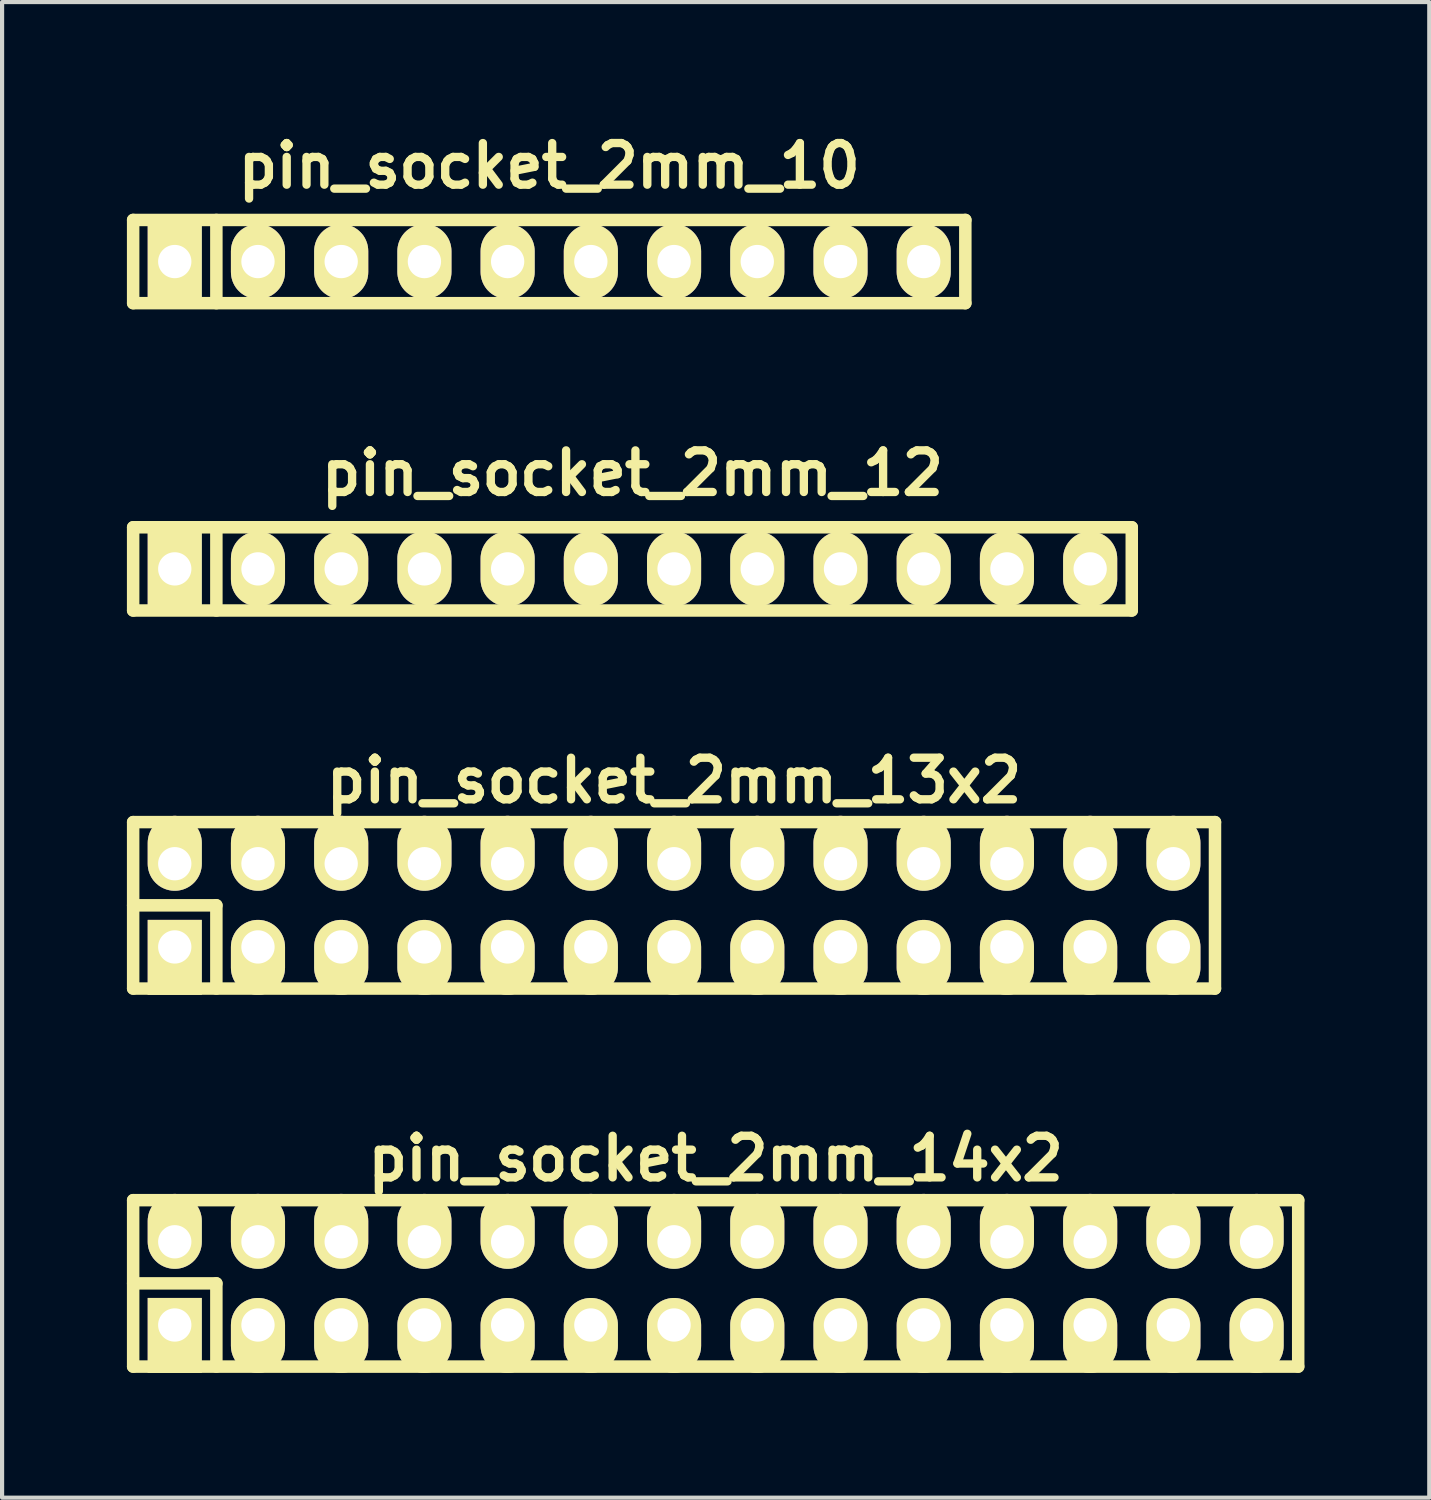
<source format=kicad_pcb>
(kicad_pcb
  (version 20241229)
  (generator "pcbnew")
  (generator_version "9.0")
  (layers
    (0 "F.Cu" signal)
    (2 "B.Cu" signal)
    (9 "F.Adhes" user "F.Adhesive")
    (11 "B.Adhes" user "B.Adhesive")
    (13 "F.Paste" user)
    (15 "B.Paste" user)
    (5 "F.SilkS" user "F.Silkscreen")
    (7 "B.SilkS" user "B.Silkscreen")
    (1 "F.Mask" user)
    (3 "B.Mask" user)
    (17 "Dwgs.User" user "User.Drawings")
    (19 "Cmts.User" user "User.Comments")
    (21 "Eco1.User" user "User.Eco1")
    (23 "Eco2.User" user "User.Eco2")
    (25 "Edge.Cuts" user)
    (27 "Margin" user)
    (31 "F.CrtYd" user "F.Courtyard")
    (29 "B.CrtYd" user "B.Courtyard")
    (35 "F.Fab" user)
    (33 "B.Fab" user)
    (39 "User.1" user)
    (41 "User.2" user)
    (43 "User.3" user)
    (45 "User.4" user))
  (footprint "pin_socket_2mm_12"
    (layer "F.Cu")
    (at 12.15 10.622)
    (property "Reference" "pin_socket_2mm_12" (at 0 -2.3 0) (layer "F.SilkS") (effects (font (size 1 1) (thickness 0.2))))
    (attr through_hole)
    (fp_line (start -12 -1) (end 12 -1) (stroke (width 0.3) (type solid)) (layer "F.SilkS"))
    (fp_line (start -12 1) (end -12 -1) (stroke (width 0.3) (type solid)) (layer "F.SilkS"))
    (fp_line (start -10 -1) (end -10 1) (stroke (width 0.3) (type solid)) (layer "F.SilkS"))
    (fp_line (start 12 -1) (end 12 1) (stroke (width 0.3) (type solid)) (layer "F.SilkS"))
    (fp_line (start 12 1) (end -12 1) (stroke (width 0.3) (type solid)) (layer "F.SilkS"))
    (pad "1" thru_hole rect (at -11 0) (size 1.3 1.8) (drill 0.8) (layers "*.Cu" "*.Mask" "F.SilkS"))
    (pad "2" thru_hole oval (at -9 0) (size 1.3 1.8) (drill 0.8) (layers "*.Cu" "*.Mask" "F.SilkS"))
    (pad "3" thru_hole oval (at -7 0) (size 1.3 1.8) (drill 0.8) (layers "*.Cu" "*.Mask" "F.SilkS"))
    (pad "4" thru_hole oval (at -5 0) (size 1.3 1.8) (drill 0.8) (layers "*.Cu" "*.Mask" "F.SilkS"))
    (pad "5" thru_hole oval (at -3 0) (size 1.3 1.8) (drill 0.8) (layers "*.Cu" "*.Mask" "F.SilkS"))
    (pad "6" thru_hole oval (at -1 0) (size 1.3 1.8) (drill 0.8) (layers "*.Cu" "*.Mask" "F.SilkS"))
    (pad "7" thru_hole oval (at 1 0) (size 1.3 1.8) (drill 0.8) (layers "*.Cu" "*.Mask" "F.SilkS"))
    (pad "8" thru_hole oval (at 3 0) (size 1.3 1.8) (drill 0.8) (layers "*.Cu" "*.Mask" "F.SilkS"))
    (pad "9" thru_hole oval (at 5 0) (size 1.3 1.8) (drill 0.8) (layers "*.Cu" "*.Mask" "F.SilkS"))
    (pad "10" thru_hole oval (at 7 0) (size 1.3 1.8) (drill 0.8) (layers "*.Cu" "*.Mask" "F.SilkS"))
    (pad "11" thru_hole oval (at 9 0) (size 1.3 1.8) (drill 0.8) (layers "*.Cu" "*.Mask" "F.SilkS"))
    (pad "12" thru_hole oval (at 11 0) (size 1.3 1.8) (drill 0.8) (layers "*.Cu" "*.Mask" "F.SilkS")))
  (footprint "pin_socket_2mm_13x2"
    (layer "F.Cu")
    (at 13.15 18.708)
    (property "Reference" "pin_socket_2mm_13x2" (at 0 -3 0) (layer "F.SilkS") (effects (font (size 1 1) (thickness 0.2))))
    (attr through_hole)
    (fp_line (start -13 -2) (end 13 -2) (stroke (width 0.3) (type solid)) (layer "F.SilkS"))
    (fp_line (start -13 0) (end -11 0) (stroke (width 0.3) (type solid)) (layer "F.SilkS"))
    (fp_line (start -13 2) (end -13 -2) (stroke (width 0.3) (type solid)) (layer "F.SilkS"))
    (fp_line (start -11 0) (end -11 2) (stroke (width 0.3) (type solid)) (layer "F.SilkS"))
    (fp_line (start 13 -2) (end 13 2) (stroke (width 0.3) (type solid)) (layer "F.SilkS"))
    (fp_line (start 13 2) (end -13 2) (stroke (width 0.3) (type solid)) (layer "F.SilkS"))
    (pad "1" thru_hole rect (at -12 1) (size 1.3 1.8) (drill 0.8 (offset 0 0.25)) (layers "*.Cu" "*.Mask" "F.SilkS"))
    (pad "2" thru_hole oval (at -12 -1) (size 1.3 1.8) (drill 0.8 (offset 0 -0.25)) (layers "*.Cu" "*.Mask" "F.SilkS"))
    (pad "3" thru_hole oval (at -10 1) (size 1.3 1.8) (drill 0.8 (offset 0 0.25)) (layers "*.Cu" "*.Mask" "F.SilkS"))
    (pad "4" thru_hole oval (at -10 -1) (size 1.3 1.8) (drill 0.8 (offset 0 -0.25)) (layers "*.Cu" "*.Mask" "F.SilkS"))
    (pad "5" thru_hole oval (at -8 1) (size 1.3 1.8) (drill 0.8 (offset 0 0.25)) (layers "*.Cu" "*.Mask" "F.SilkS"))
    (pad "6" thru_hole oval (at -8 -1) (size 1.3 1.8) (drill 0.8 (offset 0 -0.25)) (layers "*.Cu" "*.Mask" "F.SilkS"))
    (pad "7" thru_hole oval (at -6 1) (size 1.3 1.8) (drill 0.8 (offset 0 0.25)) (layers "*.Cu" "*.Mask" "F.SilkS"))
    (pad "8" thru_hole oval (at -6 -1) (size 1.3 1.8) (drill 0.8 (offset 0 -0.25)) (layers "*.Cu" "*.Mask" "F.SilkS"))
    (pad "9" thru_hole oval (at -4 1) (size 1.3 1.8) (drill 0.8 (offset 0 0.25)) (layers "*.Cu" "*.Mask" "F.SilkS"))
    (pad "10" thru_hole oval (at -4 -1) (size 1.3 1.8) (drill 0.8 (offset 0 -0.25)) (layers "*.Cu" "*.Mask" "F.SilkS"))
    (pad "11" thru_hole oval (at -2 1) (size 1.3 1.8) (drill 0.8 (offset 0 0.25)) (layers "*.Cu" "*.Mask" "F.SilkS"))
    (pad "12" thru_hole oval (at -2 -1) (size 1.3 1.8) (drill 0.8 (offset 0 -0.25)) (layers "*.Cu" "*.Mask" "F.SilkS"))
    (pad "13" thru_hole oval (at 0 1) (size 1.3 1.8) (drill 0.8 (offset 0 0.25)) (layers "*.Cu" "*.Mask" "F.SilkS"))
    (pad "14" thru_hole oval (at 0 -1) (size 1.3 1.8) (drill 0.8 (offset 0 -0.25)) (layers "*.Cu" "*.Mask" "F.SilkS"))
    (pad "15" thru_hole oval (at 2 1) (size 1.3 1.8) (drill 0.8 (offset 0 0.25)) (layers "*.Cu" "*.Mask" "F.SilkS"))
    (pad "16" thru_hole oval (at 2 -1) (size 1.3 1.8) (drill 0.8 (offset 0 -0.25)) (layers "*.Cu" "*.Mask" "F.SilkS"))
    (pad "17" thru_hole oval (at 4 1) (size 1.3 1.8) (drill 0.8 (offset 0 0.25)) (layers "*.Cu" "*.Mask" "F.SilkS"))
    (pad "18" thru_hole oval (at 4 -1) (size 1.3 1.8) (drill 0.8 (offset 0 -0.25)) (layers "*.Cu" "*.Mask" "F.SilkS"))
    (pad "19" thru_hole oval (at 6 1) (size 1.3 1.8) (drill 0.8 (offset 0 0.25)) (layers "*.Cu" "*.Mask" "F.SilkS"))
    (pad "20" thru_hole oval (at 6 -1) (size 1.3 1.8) (drill 0.8 (offset 0 -0.25)) (layers "*.Cu" "*.Mask" "F.SilkS"))
    (pad "21" thru_hole oval (at 8 1) (size 1.3 1.8) (drill 0.8 (offset 0 0.25)) (layers "*.Cu" "*.Mask" "F.SilkS"))
    (pad "22" thru_hole oval (at 8 -1) (size 1.3 1.8) (drill 0.8 (offset 0 -0.25)) (layers "*.Cu" "*.Mask" "F.SilkS"))
    (pad "23" thru_hole oval (at 10 1) (size 1.3 1.8) (drill 0.8 (offset 0 0.25)) (layers "*.Cu" "*.Mask" "F.SilkS"))
    (pad "24" thru_hole oval (at 10 -1) (size 1.3 1.8) (drill 0.8 (offset 0 -0.25)) (layers "*.Cu" "*.Mask" "F.SilkS"))
    (pad "25" thru_hole oval (at 12 1) (size 1.3 1.8) (drill 0.8 (offset 0 0.25)) (layers "*.Cu" "*.Mask" "F.SilkS"))
    (pad "26" thru_hole oval (at 12 -1) (size 1.3 1.8) (drill 0.8 (offset 0 -0.25)) (layers "*.Cu" "*.Mask" "F.SilkS")))
  (footprint "pin_socket_2mm_14x2"
    (layer "F.Cu")
    (at 14.15 27.794)
    (property "Reference" "pin_socket_2mm_14x2" (at 0 -3 0) (layer "F.SilkS") (effects (font (size 1 1) (thickness 0.2))))
    (attr through_hole)
    (fp_line (start -14 -2) (end 14 -2) (stroke (width 0.3) (type solid)) (layer "F.SilkS"))
    (fp_line (start -14 0) (end -12 0) (stroke (width 0.3) (type solid)) (layer "F.SilkS"))
    (fp_line (start -14 2) (end -14 -2) (stroke (width 0.3) (type solid)) (layer "F.SilkS"))
    (fp_line (start -12 0) (end -12 2) (stroke (width 0.3) (type solid)) (layer "F.SilkS"))
    (fp_line (start 14 -2) (end 14 2) (stroke (width 0.3) (type solid)) (layer "F.SilkS"))
    (fp_line (start 14 2) (end -14 2) (stroke (width 0.3) (type solid)) (layer "F.SilkS"))
    (pad "1" thru_hole rect (at -13 1) (size 1.3 1.8) (drill 0.8 (offset 0 0.25)) (layers "*.Cu" "*.Mask" "F.SilkS"))
    (pad "2" thru_hole oval (at -13 -1) (size 1.3 1.8) (drill 0.8 (offset 0 -0.25)) (layers "*.Cu" "*.Mask" "F.SilkS"))
    (pad "3" thru_hole oval (at -11 1) (size 1.3 1.8) (drill 0.8 (offset 0 0.25)) (layers "*.Cu" "*.Mask" "F.SilkS"))
    (pad "4" thru_hole oval (at -11 -1) (size 1.3 1.8) (drill 0.8 (offset 0 -0.25)) (layers "*.Cu" "*.Mask" "F.SilkS"))
    (pad "5" thru_hole oval (at -9 1) (size 1.3 1.8) (drill 0.8 (offset 0 0.25)) (layers "*.Cu" "*.Mask" "F.SilkS"))
    (pad "6" thru_hole oval (at -9 -1) (size 1.3 1.8) (drill 0.8 (offset 0 -0.25)) (layers "*.Cu" "*.Mask" "F.SilkS"))
    (pad "7" thru_hole oval (at -7 1) (size 1.3 1.8) (drill 0.8 (offset 0 0.25)) (layers "*.Cu" "*.Mask" "F.SilkS"))
    (pad "8" thru_hole oval (at -7 -1) (size 1.3 1.8) (drill 0.8 (offset 0 -0.25)) (layers "*.Cu" "*.Mask" "F.SilkS"))
    (pad "9" thru_hole oval (at -5 1) (size 1.3 1.8) (drill 0.8 (offset 0 0.25)) (layers "*.Cu" "*.Mask" "F.SilkS"))
    (pad "10" thru_hole oval (at -5 -1) (size 1.3 1.8) (drill 0.8 (offset 0 -0.25)) (layers "*.Cu" "*.Mask" "F.SilkS"))
    (pad "11" thru_hole oval (at -3 1) (size 1.3 1.8) (drill 0.8 (offset 0 0.25)) (layers "*.Cu" "*.Mask" "F.SilkS"))
    (pad "12" thru_hole oval (at -3 -1) (size 1.3 1.8) (drill 0.8 (offset 0 -0.25)) (layers "*.Cu" "*.Mask" "F.SilkS"))
    (pad "13" thru_hole oval (at -1 1) (size 1.3 1.8) (drill 0.8 (offset 0 0.25)) (layers "*.Cu" "*.Mask" "F.SilkS"))
    (pad "14" thru_hole oval (at -1 -1) (size 1.3 1.8) (drill 0.8 (offset 0 -0.25)) (layers "*.Cu" "*.Mask" "F.SilkS"))
    (pad "15" thru_hole oval (at 1 1) (size 1.3 1.8) (drill 0.8 (offset 0 0.25)) (layers "*.Cu" "*.Mask" "F.SilkS"))
    (pad "16" thru_hole oval (at 1 -1) (size 1.3 1.8) (drill 0.8 (offset 0 -0.25)) (layers "*.Cu" "*.Mask" "F.SilkS"))
    (pad "17" thru_hole oval (at 3 1) (size 1.3 1.8) (drill 0.8 (offset 0 0.25)) (layers "*.Cu" "*.Mask" "F.SilkS"))
    (pad "18" thru_hole oval (at 3 -1) (size 1.3 1.8) (drill 0.8 (offset 0 -0.25)) (layers "*.Cu" "*.Mask" "F.SilkS"))
    (pad "19" thru_hole oval (at 5 1) (size 1.3 1.8) (drill 0.8 (offset 0 0.25)) (layers "*.Cu" "*.Mask" "F.SilkS"))
    (pad "20" thru_hole oval (at 5 -1) (size 1.3 1.8) (drill 0.8 (offset 0 -0.25)) (layers "*.Cu" "*.Mask" "F.SilkS"))
    (pad "21" thru_hole oval (at 7 1) (size 1.3 1.8) (drill 0.8 (offset 0 0.25)) (layers "*.Cu" "*.Mask" "F.SilkS"))
    (pad "22" thru_hole oval (at 7 -1) (size 1.3 1.8) (drill 0.8 (offset 0 -0.25)) (layers "*.Cu" "*.Mask" "F.SilkS"))
    (pad "23" thru_hole oval (at 9 1) (size 1.3 1.8) (drill 0.8 (offset 0 0.25)) (layers "*.Cu" "*.Mask" "F.SilkS"))
    (pad "24" thru_hole oval (at 9 -1) (size 1.3 1.8) (drill 0.8 (offset 0 -0.25)) (layers "*.Cu" "*.Mask" "F.SilkS"))
    (pad "25" thru_hole oval (at 11 1) (size 1.3 1.8) (drill 0.8 (offset 0 0.25)) (layers "*.Cu" "*.Mask" "F.SilkS"))
    (pad "26" thru_hole oval (at 11 -1) (size 1.3 1.8) (drill 0.8 (offset 0 -0.25)) (layers "*.Cu" "*.Mask" "F.SilkS"))
    (pad "27" thru_hole oval (at 13 1) (size 1.3 1.8) (drill 0.8 (offset 0 0.25)) (layers "*.Cu" "*.Mask" "F.SilkS"))
    (pad "28" thru_hole oval (at 13 -1) (size 1.3 1.8) (drill 0.8 (offset 0 -0.25)) (layers "*.Cu" "*.Mask" "F.SilkS")))
  (footprint "pin_socket_2mm_10"
    (layer "F.Cu")
    (at 10.15 3.236)
    (property "Reference" "pin_socket_2mm_10" (at 0 -2.3 0) (layer "F.SilkS") (effects (font (size 1 1) (thickness 0.2))))
    (attr through_hole)
    (fp_line (start -10 -1) (end 10 -1) (stroke (width 0.3) (type solid)) (layer "F.SilkS"))
    (fp_line (start -10 1) (end -10 -1) (stroke (width 0.3) (type solid)) (layer "F.SilkS"))
    (fp_line (start -8 -1) (end -8 1) (stroke (width 0.3) (type solid)) (layer "F.SilkS"))
    (fp_line (start 10 -1) (end 10 1) (stroke (width 0.3) (type solid)) (layer "F.SilkS"))
    (fp_line (start 10 1) (end -10 1) (stroke (width 0.3) (type solid)) (layer "F.SilkS"))
    (pad "1" thru_hole rect (at -9 0) (size 1.3 1.8) (drill 0.8) (layers "*.Cu" "*.Mask" "F.SilkS"))
    (pad "2" thru_hole oval (at -7 0) (size 1.3 1.8) (drill 0.8) (layers "*.Cu" "*.Mask" "F.SilkS"))
    (pad "3" thru_hole oval (at -5 0) (size 1.3 1.8) (drill 0.8) (layers "*.Cu" "*.Mask" "F.SilkS"))
    (pad "4" thru_hole oval (at -3 0) (size 1.3 1.8) (drill 0.8) (layers "*.Cu" "*.Mask" "F.SilkS"))
    (pad "5" thru_hole oval (at -1 0) (size 1.3 1.8) (drill 0.8) (layers "*.Cu" "*.Mask" "F.SilkS"))
    (pad "6" thru_hole oval (at 1 0) (size 1.3 1.8) (drill 0.8) (layers "*.Cu" "*.Mask" "F.SilkS"))
    (pad "7" thru_hole oval (at 3 0) (size 1.3 1.8) (drill 0.8) (layers "*.Cu" "*.Mask" "F.SilkS"))
    (pad "8" thru_hole oval (at 5 0) (size 1.3 1.8) (drill 0.8) (layers "*.Cu" "*.Mask" "F.SilkS"))
    (pad "9" thru_hole oval (at 7 0) (size 1.3 1.8) (drill 0.8) (layers "*.Cu" "*.Mask" "F.SilkS"))
    (pad "10" thru_hole oval (at 9 0) (size 1.3 1.8) (drill 0.8) (layers "*.Cu" "*.Mask" "F.SilkS")))
  (gr_rect
    (start -3 -3)
    (end 31.3 32.944)
    (stroke (width 0.1) (type default))
    (fill no)
    (layer "Edge.Cuts")))
</source>
